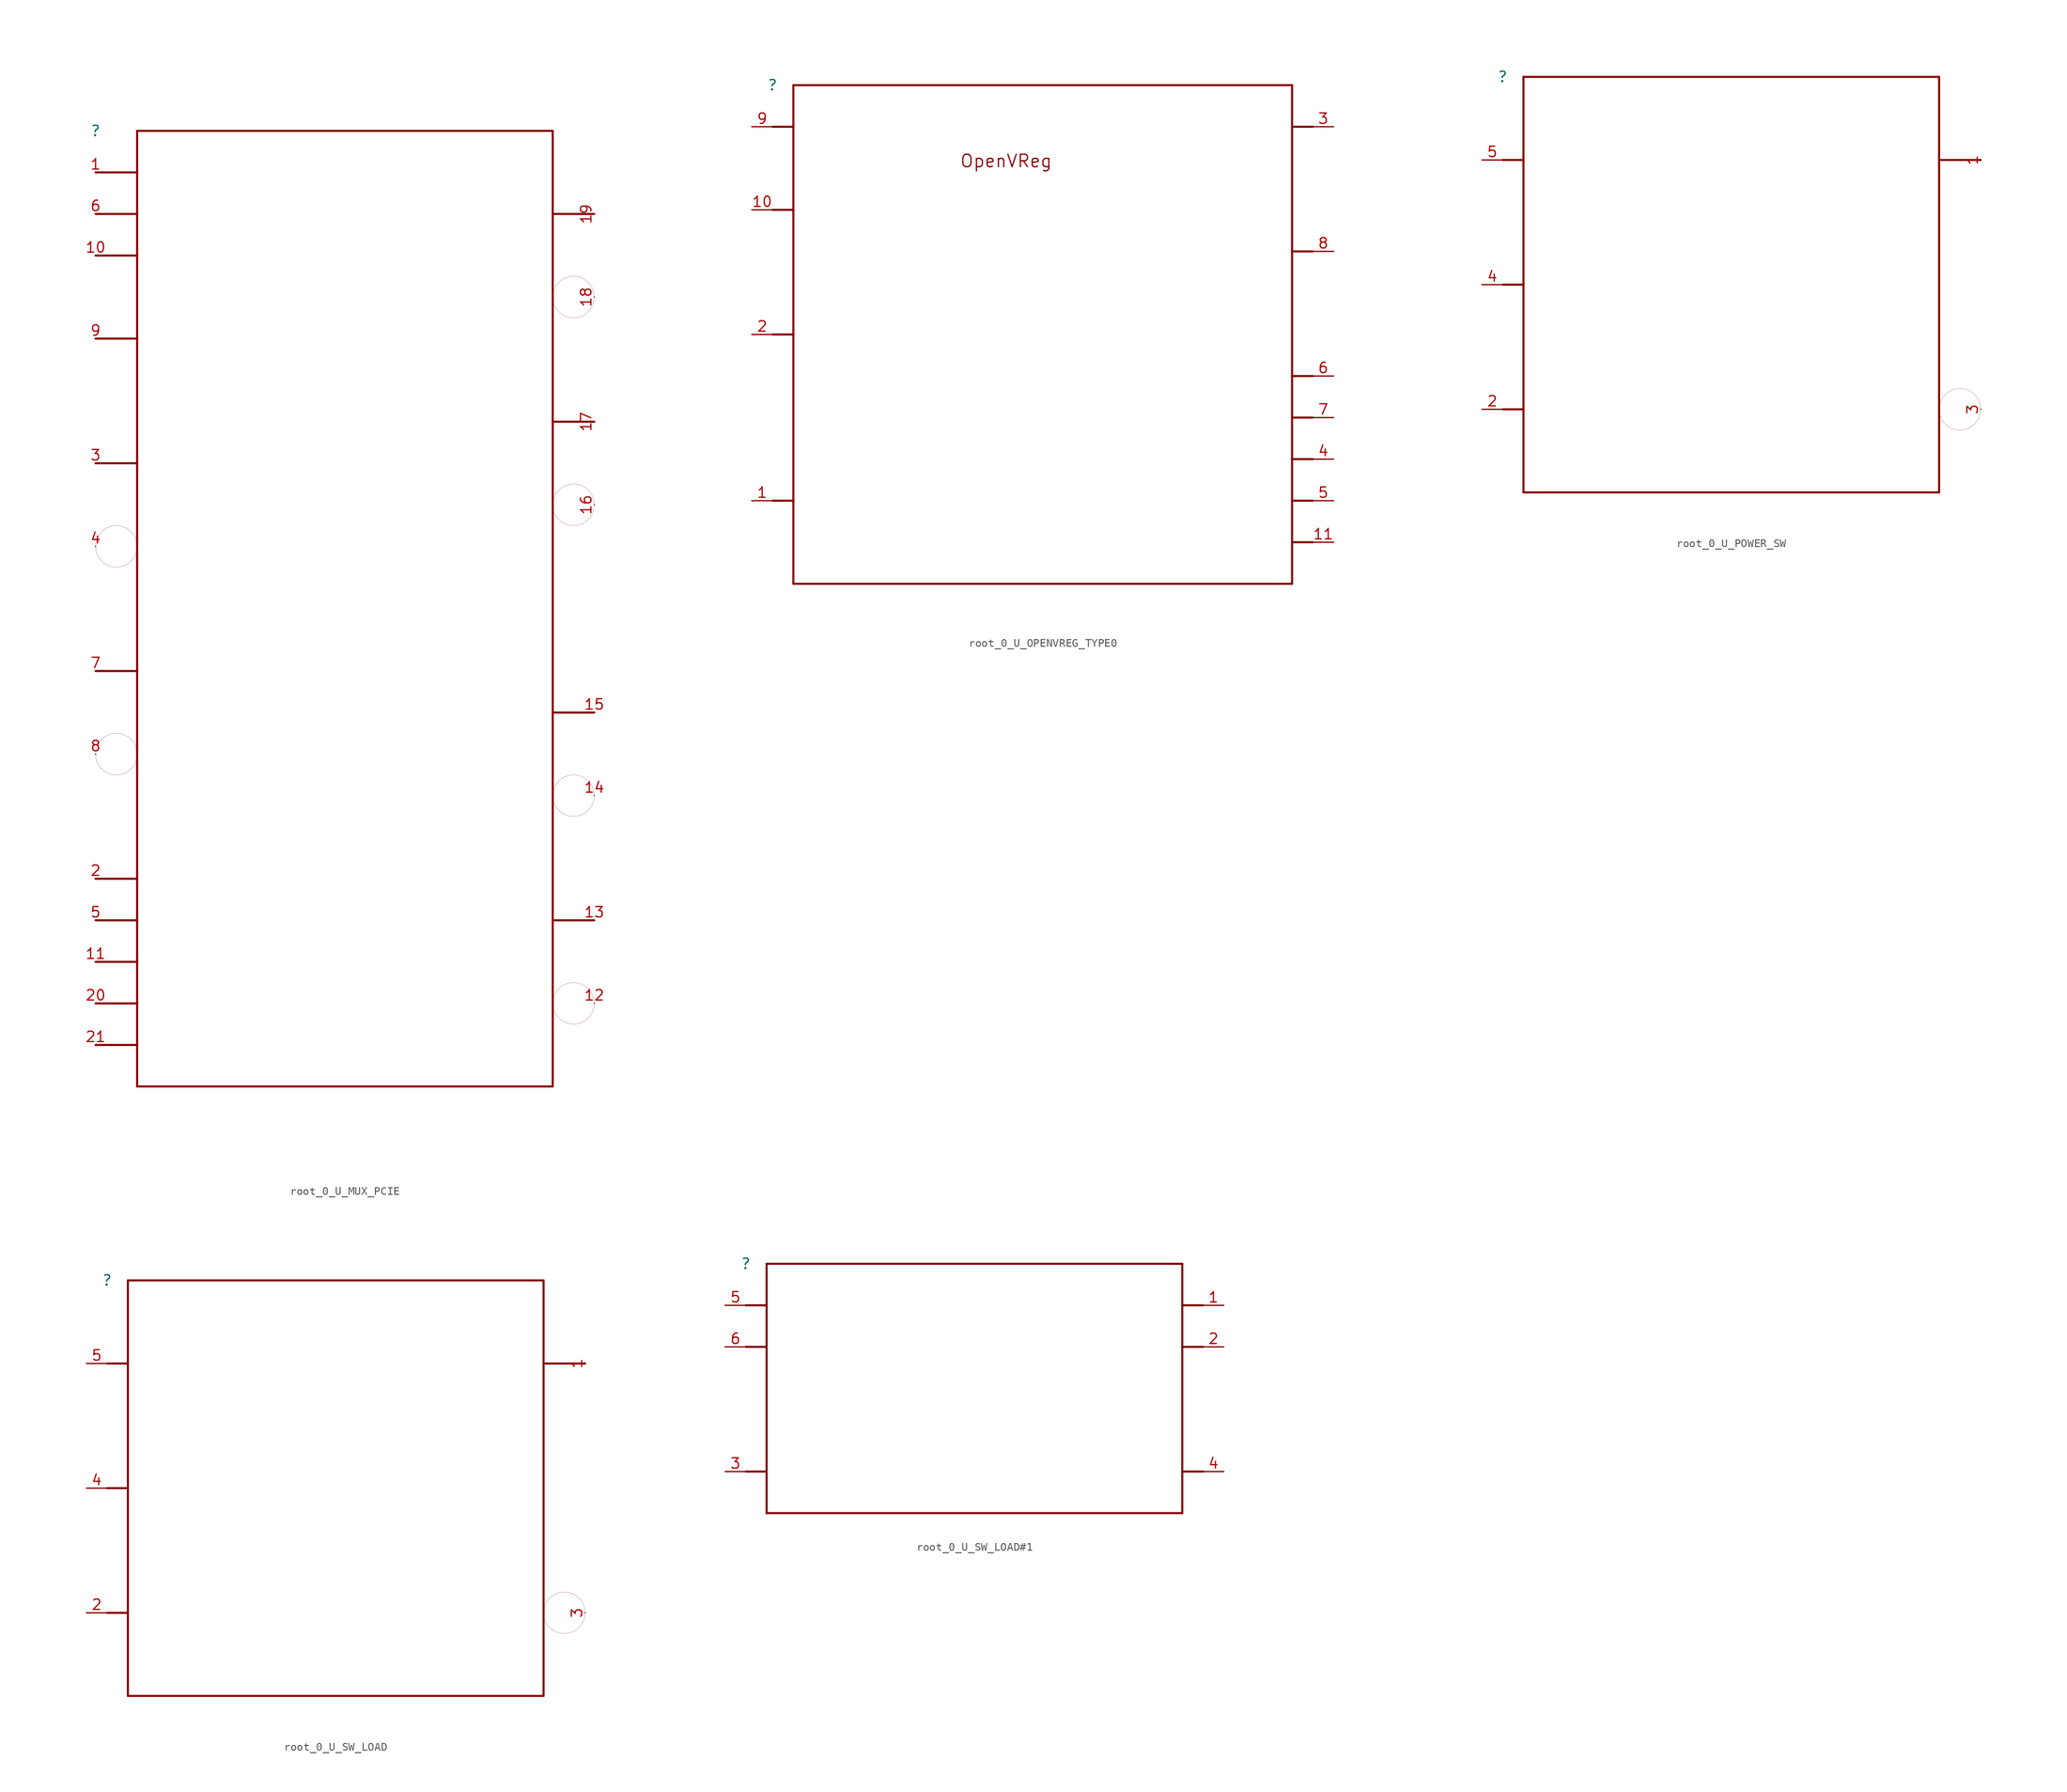
<source format=kicad_sym>
(kicad_symbol_lib
  (version 20220914)
  (generator kicad_symbol_editor)
  (symbol "root_0_U_MUX_PCIE"
    (property "Reference" ""
      (at 0 0 0)
      (effects (font (size 1.27 1.27))))
    (property "Value" ""
      (at 0 0 0)
      (effects (font (size 1.27 1.27))))
    (symbol "root_0_U_MUX_PCIE_1_0"
      (polyline (pts (xy 0 -111.76) (xy 5.08 -111.76)) (stroke (width 0.254) (type solid)) (fill (type none)))
      (polyline (pts (xy 0 -106.68) (xy 5.08 -106.68)) (stroke (width 0.254) (type solid)) (fill (type none)))
      (polyline (pts (xy 0 -101.6) (xy 5.08 -101.6)) (stroke (width 0.254) (type solid)) (fill (type none)))
      (polyline (pts (xy 0 -96.52) (xy 5.08 -96.52)) (stroke (width 0.254) (type solid)) (fill (type none)))
      (polyline (pts (xy 0 -91.44) (xy 5.08 -91.44)) (stroke (width 0.254) (type solid)) (fill (type none)))
      (polyline (pts (xy 0 -66.04) (xy 5.08 -66.04)) (stroke (width 0.254) (type solid)) (fill (type none)))
      (polyline (pts (xy 0 -40.64) (xy 5.08 -40.64)) (stroke (width 0.254) (type solid)) (fill (type none)))
      (polyline (pts (xy 0 -25.4) (xy 5.08 -25.4)) (stroke (width 0.254) (type solid)) (fill (type none)))
      (polyline (pts (xy 0 -15.24) (xy 5.08 -15.24)) (stroke (width 0.254) (type solid)) (fill (type none)))
      (polyline (pts (xy 0 -10.16) (xy 5.08 -10.16)) (stroke (width 0.254) (type solid)) (fill (type none)))
      (polyline (pts (xy 0 -5.08) (xy 5.08 -5.08)) (stroke (width 0.254) (type solid)) (fill (type none)))
      (polyline (pts (xy 5.08 -116.84) (xy 55.88 -116.84)) (stroke (width 0.254) (type solid)) (fill (type none)))
      (polyline (pts (xy 5.08 0) (xy 5.08 -116.84)) (stroke (width 0.254) (type solid)) (fill (type none)))
      (polyline (pts (xy 5.08 0) (xy 55.88 0)) (stroke (width 0.254) (type solid)) (fill (type none)))
      (polyline (pts (xy 55.88 -96.52) (xy 60.96 -96.52)) (stroke (width 0.254) (type solid)) (fill (type none)))
      (polyline (pts (xy 55.88 -71.12) (xy 60.96 -71.12)) (stroke (width 0.254) (type solid)) (fill (type none)))
      (polyline (pts (xy 55.88 -35.56) (xy 60.96 -35.56)) (stroke (width 0.254) (type solid)) (fill (type none)))
      (polyline (pts (xy 55.88 -10.16) (xy 60.96 -10.16)) (stroke (width 0.254) (type solid)) (fill (type none)))
      (polyline (pts (xy 55.88 0) (xy 55.88 -116.84)) (stroke (width 0.254) (type solid)) (fill (type none)))
      (circle (center 2.54 -76.2) (radius 2.54) (stroke (width 0.0001) (type solid)) (fill (type none)))
      (circle (center 2.54 -50.8) (radius 2.54) (stroke (width 0.0001) (type solid)) (fill (type none)))
      (circle (center 58.42 -106.68) (radius 2.54) (stroke (width 0.0001) (type solid)) (fill (type none)))
      (circle (center 58.42 -81.28) (radius 2.54) (stroke (width 0.0001) (type solid)) (fill (type none)))
      (circle (center 58.42 -45.72) (radius 2.54) (stroke (width 0.0001) (type solid)) (fill (type none)))
      (circle (center 58.42 -20.32) (radius 2.54) (stroke (width 0.0001) (type solid)) (fill (type none)))
      (pin power_in line (at 0 -5.08 180) (length 0) (name "VDD_1" (effects (font (size 0 0)))) (number "1" (effects (font (size 1.27 1.27)))))
      (pin power_in line (at 0 -15.24 180) (length 0) (name "VDD_3" (effects (font (size 0 0)))) (number "10" (effects (font (size 1.27 1.27)))))
      (pin input line (at 0 -101.6 180) (length 0) (name "GND_2" (effects (font (size 0 0)))) (number "11" (effects (font (size 1.27 1.27)))))
      (pin bidirectional line (at 60.96 -106.68 180) (length 0) (name "C1N" (effects (font (size 0 0)))) (number "12" (effects (font (size 1.27 1.27)))))
      (pin bidirectional line (at 60.96 -96.52 180) (length 0) (name "C1P" (effects (font (size 0 0)))) (number "13" (effects (font (size 1.27 1.27)))))
      (pin bidirectional line (at 60.96 -81.28 180) (length 0) (name "C0N" (effects (font (size 0 0)))) (number "14" (effects (font (size 1.27 1.27)))))
      (pin bidirectional line (at 60.96 -71.12 180) (length 0) (name "C0P" (effects (font (size 0 0)))) (number "15" (effects (font (size 1.27 1.27)))))
      (pin bidirectional line (at 60.96 -45.72 270) (length 0) (name "B1N" (effects (font (size 0 0)))) (number "16" (effects (font (size 1.27 1.27)))))
      (pin bidirectional line (at 60.96 -35.56 270) (length 0) (name "B1P" (effects (font (size 0 0)))) (number "17" (effects (font (size 1.27 1.27)))))
      (pin bidirectional line (at 60.96 -20.32 270) (length 0) (name "B0N" (effects (font (size 0 0)))) (number "18" (effects (font (size 1.27 1.27)))))
      (pin bidirectional line (at 60.96 -10.16 270) (length 0) (name "B0P" (effects (font (size 0 0)))) (number "19" (effects (font (size 1.27 1.27)))))
      (pin input line (at 0 -91.44 180) (length 0) (name "PD" (effects (font (size 0 0)))) (number "2" (effects (font (size 1.27 1.27)))))
      (pin input line (at 0 -106.68 180) (length 0) (name "GND_3" (effects (font (size 0 0)))) (number "20" (effects (font (size 1.27 1.27)))))
      (pin input line (at 0 -111.76 180) (length 0) (name "GND_4" (effects (font (size 0 0)))) (number "21" (effects (font (size 1.27 1.27)))))
      (pin bidirectional line (at 0 -40.64 180) (length 0) (name "A0P" (effects (font (size 0 0)))) (number "3" (effects (font (size 1.27 1.27)))))
      (pin bidirectional line (at 0 -50.8 180) (length 0) (name "A0N" (effects (font (size 0 0)))) (number "4" (effects (font (size 1.27 1.27)))))
      (pin input line (at 0 -96.52 180) (length 0) (name "GND_1" (effects (font (size 0 0)))) (number "5" (effects (font (size 1.27 1.27)))))
      (pin power_in line (at 0 -10.16 180) (length 0) (name "VDD_2" (effects (font (size 0 0)))) (number "6" (effects (font (size 1.27 1.27)))))
      (pin bidirectional line (at 0 -66.04 180) (length 0) (name "A1P" (effects (font (size 0 0)))) (number "7" (effects (font (size 1.27 1.27)))))
      (pin bidirectional line (at 0 -76.2 180) (length 0) (name "A1N" (effects (font (size 0 0)))) (number "8" (effects (font (size 1.27 1.27)))))
      (pin input line (at 0 -25.4 180) (length 0) (name "SEL" (effects (font (size 0 0)))) (number "9" (effects (font (size 1.27 1.27)))))))
  (symbol "root_0_U_OPENVREG_TYPE0"
    (property "Reference" ""
      (at 0 0 0)
      (effects (font (size 1.27 1.27))))
    (property "Value" ""
      (at 0 0 0)
      (effects (font (size 1.27 1.27))))
    (symbol "root_0_U_OPENVREG_TYPE0_1_0"
      (polyline (pts (xy 0 -50.8) (xy 2.54 -50.8)) (stroke (width 0.254) (type solid)) (fill (type none)))
      (polyline (pts (xy 0 -30.48) (xy 2.54 -30.48)) (stroke (width 0.254) (type solid)) (fill (type none)))
      (polyline (pts (xy 0 -15.24) (xy 2.54 -15.24)) (stroke (width 0.254) (type solid)) (fill (type none)))
      (polyline (pts (xy 0 -5.08) (xy 2.54 -5.08)) (stroke (width 0.254) (type solid)) (fill (type none)))
      (polyline (pts (xy 2.54 -60.96) (xy 2.54 0)) (stroke (width 0.254) (type solid)) (fill (type none)))
      (polyline (pts (xy 2.54 -60.96) (xy 63.5 -60.96)) (stroke (width 0.254) (type solid)) (fill (type none)))
      (polyline (pts (xy 63.5 -55.88) (xy 66.04 -55.88)) (stroke (width 0.254) (type solid)) (fill (type none)))
      (polyline (pts (xy 63.5 -50.8) (xy 66.04 -50.8)) (stroke (width 0.254) (type solid)) (fill (type none)))
      (polyline (pts (xy 63.5 -45.72) (xy 66.04 -45.72)) (stroke (width 0.254) (type solid)) (fill (type none)))
      (polyline (pts (xy 63.5 -40.64) (xy 66.04 -40.64)) (stroke (width 0.254) (type solid)) (fill (type none)))
      (polyline (pts (xy 63.5 -35.56) (xy 66.04 -35.56)) (stroke (width 0.254) (type solid)) (fill (type none)))
      (polyline (pts (xy 63.5 -20.32) (xy 66.04 -20.32)) (stroke (width 0.254) (type solid)) (fill (type none)))
      (polyline (pts (xy 63.5 -5.08) (xy 66.04 -5.08)) (stroke (width 0.254) (type solid)) (fill (type none)))
      (polyline (pts (xy 63.5 0) (xy 2.54 0)) (stroke (width 0.254) (type solid)) (fill (type none)))
      (polyline (pts (xy 63.5 0) (xy 63.5 -60.96)) (stroke (width 0.254) (type solid)) (fill (type none)))
      (text "OpenVReg" (at 22.86 -10.16 0) (effects (font (size 1.524 1.524)) (justify left bottom)))
      (pin input line (at -2.54 -50.8 0) (length 2.54) (name "FB" (effects (font (size 0 0)))) (number "1" (effects (font (size 1.27 1.27)))))
      (pin input line (at -2.54 -15.24 0) (length 2.54) (name "EN_FS" (effects (font (size 0 0)))) (number "10" (effects (font (size 1.27 1.27)))))
      (pin input line (at 68.58 -55.88 180) (length 2.54) (name "PAD" (effects (font (size 0 0)))) (number "11" (effects (font (size 1.27 1.27)))))
      (pin power_in line (at -2.54 -30.48 0) (length 2.54) (name "VCC" (effects (font (size 0 0)))) (number "2" (effects (font (size 1.27 1.27)))))
      (pin power_in line (at 68.58 -5.08 180) (length 2.54) (name "VIN" (effects (font (size 0 0)))) (number "3" (effects (font (size 1.27 1.27)))))
      (pin input line (at 68.58 -45.72 180) (length 2.54) (name "GND_01" (effects (font (size 0 0)))) (number "4" (effects (font (size 1.27 1.27)))))
      (pin input line (at 68.58 -50.8 180) (length 2.54) (name "GND_02" (effects (font (size 0 0)))) (number "5" (effects (font (size 1.27 1.27)))))
      (pin bidirectional line (at 68.58 -35.56 180) (length 2.54) (name "SW_01" (effects (font (size 0 0)))) (number "6" (effects (font (size 1.27 1.27)))))
      (pin bidirectional line (at 68.58 -40.64 180) (length 2.54) (name "SW_02" (effects (font (size 0 0)))) (number "7" (effects (font (size 1.27 1.27)))))
      (pin input line (at 68.58 -20.32 180) (length 2.54) (name "BOOT" (effects (font (size 0 0)))) (number "8" (effects (font (size 1.27 1.27)))))
      (pin output line (at -2.54 -5.08 0) (length 2.54) (name "PGOOD" (effects (font (size 0 0)))) (number "9" (effects (font (size 1.27 1.27)))))))
  (symbol "root_0_U_POWER_SW"
    (property "Reference" ""
      (at 0 0 0)
      (effects (font (size 1.27 1.27))))
    (property "Value" ""
      (at 0 0 0)
      (effects (font (size 1.27 1.27))))
    (symbol "root_0_U_POWER_SW_1_0"
      (polyline (pts (xy 0 -40.64) (xy 2.54 -40.64)) (stroke (width 0.254) (type solid)) (fill (type none)))
      (polyline (pts (xy 0 -25.4) (xy 2.54 -25.4)) (stroke (width 0.254) (type solid)) (fill (type none)))
      (polyline (pts (xy 0 -10.16) (xy 2.54 -10.16)) (stroke (width 0.254) (type solid)) (fill (type none)))
      (polyline (pts (xy 2.54 -50.8) (xy 2.54 0)) (stroke (width 0.254) (type solid)) (fill (type none)))
      (polyline (pts (xy 2.54 0) (xy 53.34 0)) (stroke (width 0.254) (type solid)) (fill (type none)))
      (polyline (pts (xy 53.34 -50.8) (xy 2.54 -50.8)) (stroke (width 0.254) (type solid)) (fill (type none)))
      (polyline (pts (xy 53.34 0) (xy 53.34 -50.8)) (stroke (width 0.254) (type solid)) (fill (type none)))
      (polyline (pts (xy 58.42 -10.16) (xy 53.34 -10.16)) (stroke (width 0.254) (type solid)) (fill (type none)))
      (circle (center 55.88 -40.64) (radius 2.54) (stroke (width 0.0001) (type solid)) (fill (type none)))
      (pin power_in line (at 58.42 -10.16 270) (length 0) (name "OUT" (effects (font (size 0 0)))) (number "1" (effects (font (size 1.27 1.27)))))
      (pin input line (at -2.54 -40.64 0) (length 2.54) (name "GND" (effects (font (size 0 0)))) (number "2" (effects (font (size 1.27 1.27)))))
      (pin output line (at 58.42 -40.64 270) (length 0) (name "OC*" (effects (font (size 0 0)))) (number "3" (effects (font (size 1.27 1.27)))))
      (pin input line (at -2.54 -25.4 0) (length 2.54) (name "EN" (effects (font (size 0 0)))) (number "4" (effects (font (size 1.27 1.27)))))
      (pin power_in line (at -2.54 -10.16 0) (length 2.54) (name "IN" (effects (font (size 0 0)))) (number "5" (effects (font (size 1.27 1.27)))))))
  (symbol "root_0_U_SW_LOAD"
    (property "Reference" ""
      (at 0 0 0)
      (effects (font (size 1.27 1.27))))
    (property "Value" ""
      (at 0 0 0)
      (effects (font (size 1.27 1.27))))
    (symbol "root_0_U_SW_LOAD_1_0"
      (polyline (pts (xy 0 -40.64) (xy 2.54 -40.64)) (stroke (width 0.254) (type solid)) (fill (type none)))
      (polyline (pts (xy 0 -25.4) (xy 2.54 -25.4)) (stroke (width 0.254) (type solid)) (fill (type none)))
      (polyline (pts (xy 0 -10.16) (xy 2.54 -10.16)) (stroke (width 0.254) (type solid)) (fill (type none)))
      (polyline (pts (xy 2.54 -50.8) (xy 2.54 0)) (stroke (width 0.254) (type solid)) (fill (type none)))
      (polyline (pts (xy 2.54 0) (xy 53.34 0)) (stroke (width 0.254) (type solid)) (fill (type none)))
      (polyline (pts (xy 53.34 -50.8) (xy 2.54 -50.8)) (stroke (width 0.254) (type solid)) (fill (type none)))
      (polyline (pts (xy 53.34 -50.8) (xy 53.34 0)) (stroke (width 0.254) (type solid)) (fill (type none)))
      (polyline (pts (xy 58.42 -10.16) (xy 53.34 -10.16)) (stroke (width 0.254) (type solid)) (fill (type none)))
      (circle (center 55.88 -40.64) (radius 2.54) (stroke (width 0.0001) (type solid)) (fill (type none)))
      (pin power_in line (at 58.42 -10.16 270) (length 0) (name "OUT" (effects (font (size 0 0)))) (number "1" (effects (font (size 1.27 1.27)))))
      (pin input line (at -2.54 -40.64 0) (length 2.54) (name "GND" (effects (font (size 0 0)))) (number "2" (effects (font (size 1.27 1.27)))))
      (pin output line (at 58.42 -40.64 270) (length 0) (name "OC*" (effects (font (size 0 0)))) (number "3" (effects (font (size 1.27 1.27)))))
      (pin input line (at -2.54 -25.4 0) (length 2.54) (name "EN" (effects (font (size 0 0)))) (number "4" (effects (font (size 1.27 1.27)))))
      (pin power_in line (at -2.54 -10.16 0) (length 2.54) (name "IN" (effects (font (size 0 0)))) (number "5" (effects (font (size 1.27 1.27)))))))
  (symbol "root_0_U_SW_LOAD#1"
    (property "Reference" ""
      (at 0 0 0)
      (effects (font (size 1.27 1.27))))
    (property "Value" ""
      (at 0 0 0)
      (effects (font (size 1.27 1.27))))
    (symbol "root_0_U_SW_LOAD#1_1_0"
      (polyline (pts (xy 0 -25.4) (xy 2.54 -25.4)) (stroke (width 0.254) (type solid)) (fill (type none)))
      (polyline (pts (xy 0 -10.16) (xy 2.54 -10.16)) (stroke (width 0.254) (type solid)) (fill (type none)))
      (polyline (pts (xy 0 -5.08) (xy 2.54 -5.08)) (stroke (width 0.254) (type solid)) (fill (type none)))
      (polyline (pts (xy 2.54 -30.48) (xy 2.54 0)) (stroke (width 0.254) (type solid)) (fill (type none)))
      (polyline (pts (xy 2.54 0) (xy 53.34 0)) (stroke (width 0.254) (type solid)) (fill (type none)))
      (polyline (pts (xy 53.34 -30.48) (xy 2.54 -30.48)) (stroke (width 0.254) (type solid)) (fill (type none)))
      (polyline (pts (xy 53.34 -30.48) (xy 53.34 0)) (stroke (width 0.254) (type solid)) (fill (type none)))
      (polyline (pts (xy 53.34 -25.4) (xy 55.88 -25.4)) (stroke (width 0.254) (type solid)) (fill (type none)))
      (polyline (pts (xy 53.34 -10.16) (xy 55.88 -10.16)) (stroke (width 0.254) (type solid)) (fill (type none)))
      (polyline (pts (xy 53.34 -5.08) (xy 55.88 -5.08)) (stroke (width 0.254) (type solid)) (fill (type none)))
      (pin power_in line (at 58.42 -5.08 180) (length 2.54) (name "VOUT1" (effects (font (size 0 0)))) (number "1" (effects (font (size 1.27 1.27)))))
      (pin input line (at 58.42 -10.16 180) (length 2.54) (name "VOUT2" (effects (font (size 0 0)))) (number "2" (effects (font (size 1.27 1.27)))))
      (pin input line (at -2.54 -25.4 0) (length 2.54) (name "EN" (effects (font (size 0 0)))) (number "3" (effects (font (size 1.27 1.27)))))
      (pin input line (at 58.42 -25.4 180) (length 2.54) (name "GND" (effects (font (size 0 0)))) (number "4" (effects (font (size 1.27 1.27)))))
      (pin power_in line (at -2.54 -5.08 0) (length 2.54) (name "VIN1" (effects (font (size 0 0)))) (number "5" (effects (font (size 1.27 1.27)))))
      (pin input line (at -2.54 -10.16 0) (length 2.54) (name "VIN2" (effects (font (size 0 0)))) (number "6" (effects (font (size 1.27 1.27))))))))
</source>
